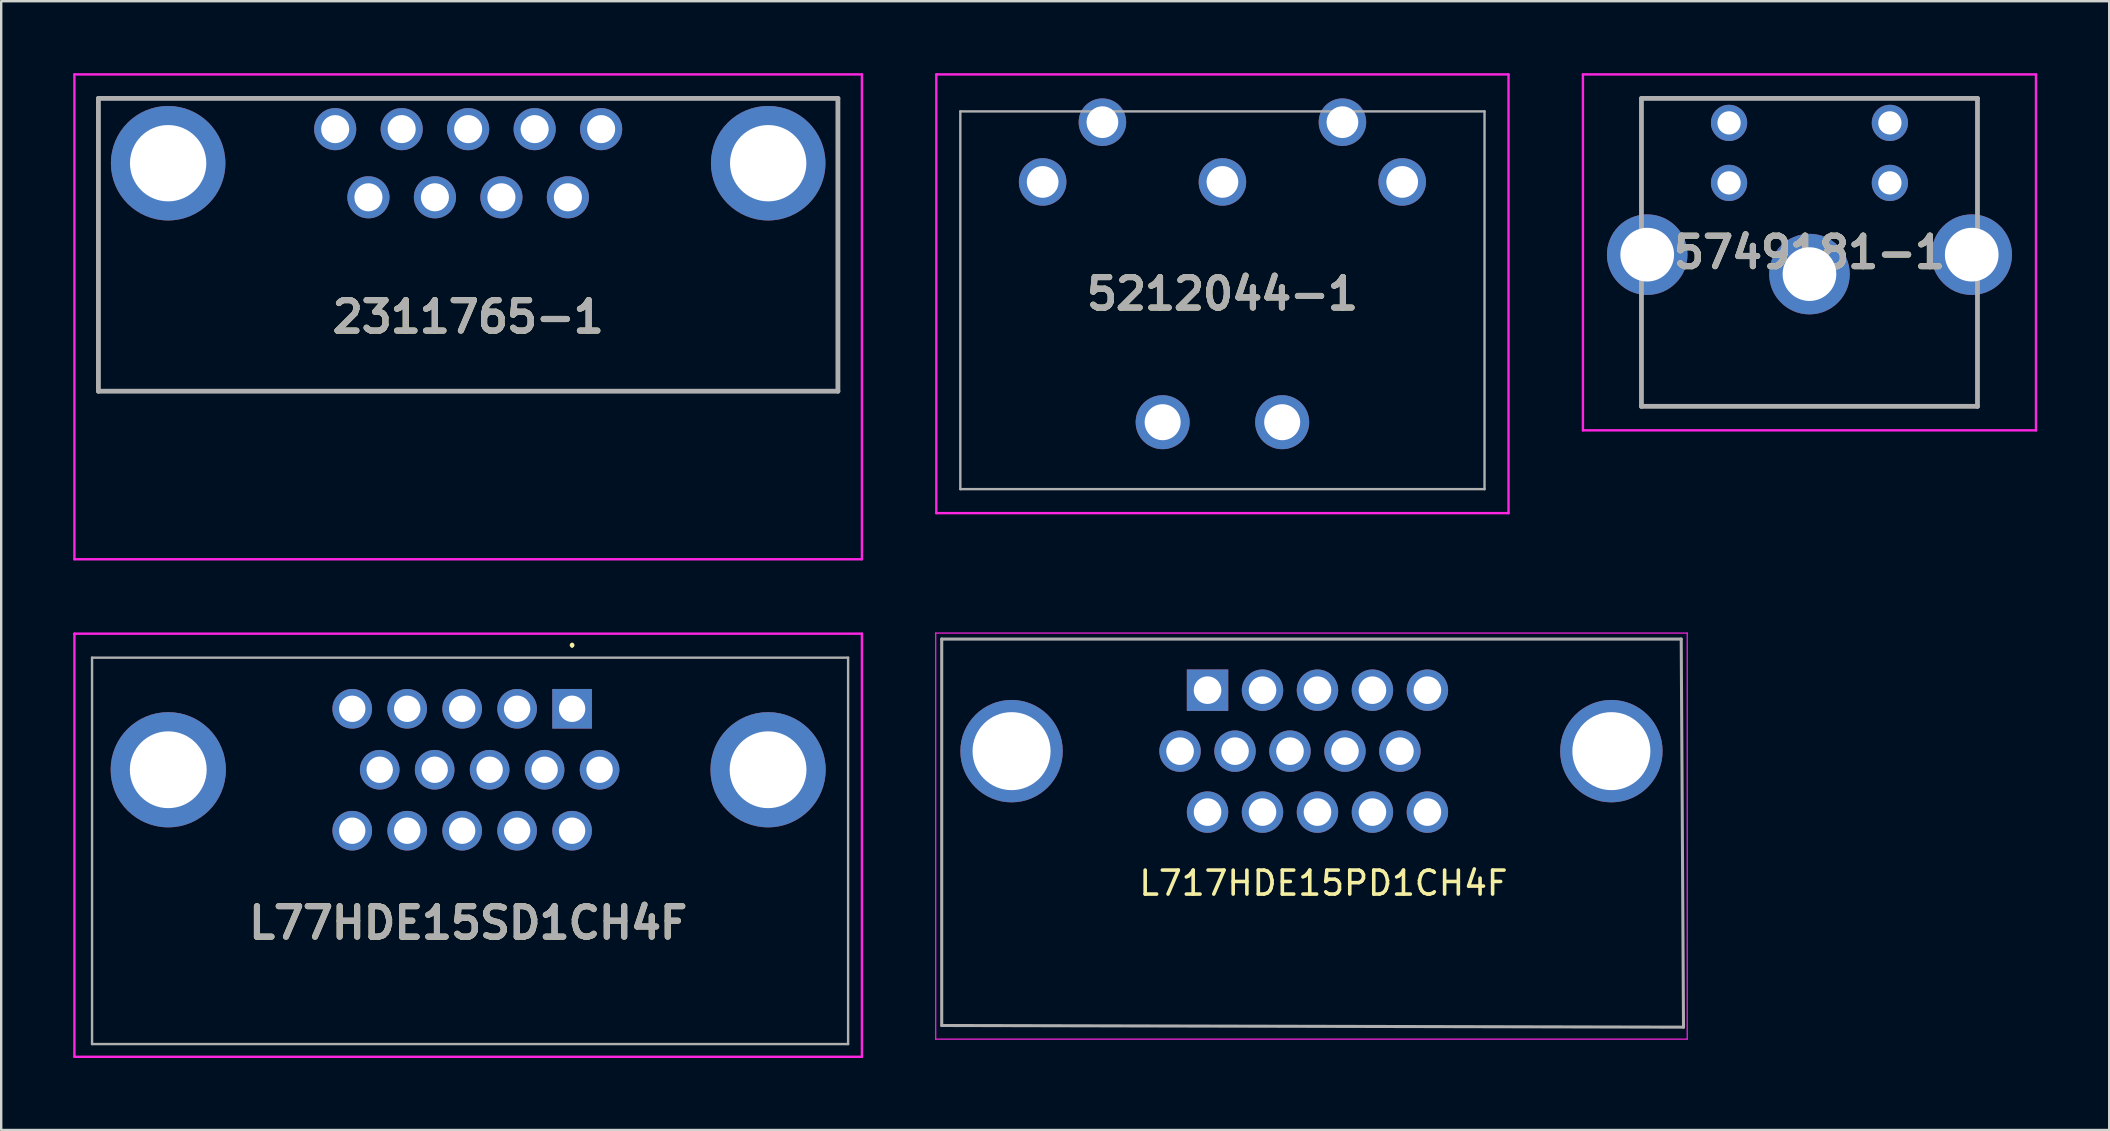
<source format=kicad_pcb>
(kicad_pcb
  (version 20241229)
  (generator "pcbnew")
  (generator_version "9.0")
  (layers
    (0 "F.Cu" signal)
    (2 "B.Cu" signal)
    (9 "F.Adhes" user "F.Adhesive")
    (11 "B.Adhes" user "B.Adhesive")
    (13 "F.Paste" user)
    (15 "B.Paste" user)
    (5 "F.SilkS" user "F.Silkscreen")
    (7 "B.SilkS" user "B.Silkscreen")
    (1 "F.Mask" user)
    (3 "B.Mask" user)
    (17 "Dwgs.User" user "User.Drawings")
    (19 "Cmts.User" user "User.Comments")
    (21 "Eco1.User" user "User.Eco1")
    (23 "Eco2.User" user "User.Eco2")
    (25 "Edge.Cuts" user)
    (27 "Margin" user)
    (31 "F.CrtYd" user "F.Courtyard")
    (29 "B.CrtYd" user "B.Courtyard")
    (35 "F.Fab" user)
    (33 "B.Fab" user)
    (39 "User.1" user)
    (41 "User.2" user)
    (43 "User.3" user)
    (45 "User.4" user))
  (footprint "2311765-1"
    (layer "F.Cu")
    (at 21.995 2.33)
    (property "Reference" "2311765-1" (at -5.54 7.82 0) (layer "F.SilkS") (effects (font (size 1.27 1.27) (thickness 0.254))))
    (attr through_hole)
    (fp_line (start -21.945 -2.28) (end 10.865 -2.28) (stroke (width 0.1) (type solid)) (layer "F.CrtYd"))
    (fp_line (start -21.945 17.92) (end -21.945 -2.28) (stroke (width 0.1) (type solid)) (layer "F.CrtYd"))
    (fp_line (start 10.865 -2.28) (end 10.865 17.92) (stroke (width 0.1) (type solid)) (layer "F.CrtYd"))
    (fp_line (start 10.865 17.92) (end -21.945 17.92) (stroke (width 0.1) (type solid)) (layer "F.CrtYd"))
    (fp_line (start -20.945 -1.28) (end 9.865 -1.28) (stroke (width 0.2) (type solid)) (layer "F.Fab"))
    (fp_line (start -20.945 10.92) (end -20.945 -1.28) (stroke (width 0.2) (type solid)) (layer "F.Fab"))
    (fp_line (start 9.865 -1.28) (end 9.865 10.92) (stroke (width 0.2) (type solid)) (layer "F.Fab"))
    (fp_line (start 9.865 10.92) (end -20.945 10.92) (stroke (width 0.2) (type solid)) (layer "F.Fab"))
    (fp_text user "${REFERENCE}" (at -5.54 7.82 0) (layer "F.Fab") (effects (font (size 1.27 1.27) (thickness 0.254))))
    (pad "1" thru_hole circle (at 0 0) (size 1.755 1.755) (drill 1.17) (layers "*.Cu" "*.Mask"))
    (pad "2" thru_hole circle (at -2.77 0) (size 1.755 1.755) (drill 1.17) (layers "*.Cu" "*.Mask"))
    (pad "3" thru_hole circle (at -5.54 0) (size 1.755 1.755) (drill 1.17) (layers "*.Cu" "*.Mask"))
    (pad "4" thru_hole circle (at -8.31 0) (size 1.755 1.755) (drill 1.17) (layers "*.Cu" "*.Mask"))
    (pad "5" thru_hole circle (at -11.08 0) (size 1.755 1.755) (drill 1.17) (layers "*.Cu" "*.Mask"))
    (pad "6" thru_hole circle (at -1.385 2.84) (size 1.755 1.755) (drill 1.17) (layers "*.Cu" "*.Mask"))
    (pad "7" thru_hole circle (at -4.155 2.84) (size 1.755 1.755) (drill 1.17) (layers "*.Cu" "*.Mask"))
    (pad "8" thru_hole circle (at -6.925 2.84) (size 1.755 1.755) (drill 1.17) (layers "*.Cu" "*.Mask"))
    (pad "9" thru_hole circle (at -9.695 2.84) (size 1.755 1.755) (drill 1.17) (layers "*.Cu" "*.Mask"))
    (pad "MH1" thru_hole circle (at -18.04 1.42) (size 4.77 4.77) (drill 3.18) (layers "*.Cu" "*.Mask"))
    (pad "MH2" thru_hole circle (at 6.96 1.42) (size 4.77 4.77) (drill 3.18) (layers "*.Cu" "*.Mask")))
  (footprint "L77HDE15SD1CH4F"
    (layer "F.Cu")
    (at 20.785 26.48)
    (property "Reference" "L77HDE15SD1CH4F" (at -4.33 8.92 0) (layer "F.SilkS") (effects (font (size 1.27 1.27) (thickness 0.254))))
    (attr through_hole)
    (fp_line (start 0 -2.7) (end 0 -2.7) (stroke (width 0.1) (type solid)) (layer "F.SilkS"))
    (fp_line (start 0 -2.6) (end 0 -2.6) (stroke (width 0.1) (type solid)) (layer "F.SilkS"))
    (fp_arc (start 0 -2.7) (mid 0.05 -2.65) (end 0 -2.6) (stroke (width 0.1) (type solid)) (layer "F.SilkS"))
    (fp_arc (start 0 -2.6) (mid -0.05 -2.65) (end 0 -2.7) (stroke (width 0.1) (type solid)) (layer "F.SilkS"))
    (fp_line (start -20.735 -3.13) (end 12.075 -3.13) (stroke (width 0.1) (type solid)) (layer "F.CrtYd"))
    (fp_line (start -20.735 14.5) (end -20.735 -3.13) (stroke (width 0.1) (type solid)) (layer "F.CrtYd"))
    (fp_line (start 12.075 -3.13) (end 12.075 14.5) (stroke (width 0.1) (type solid)) (layer "F.CrtYd"))
    (fp_line (start 12.075 14.5) (end -20.735 14.5) (stroke (width 0.1) (type solid)) (layer "F.CrtYd"))
    (fp_line (start -20 -2.13) (end 11.5 -2.13) (stroke (width 0.1) (type solid)) (layer "F.Fab"))
    (fp_line (start -20 13.97) (end -20 -2.13) (stroke (width 0.1) (type solid)) (layer "F.Fab"))
    (fp_line (start 11.5 -2.13) (end 11.5 13.97) (stroke (width 0.1) (type solid)) (layer "F.Fab"))
    (fp_line (start 11.5 13.97) (end -20 13.97) (stroke (width 0.1) (type solid)) (layer "F.Fab"))
    (fp_text user "${REFERENCE}" (at -4.33 8.92 0) (layer "F.Fab") (effects (font (size 1.27 1.27) (thickness 0.254))))
    (pad "1" thru_hole rect (at 0 0) (size 1.65 1.65) (drill 1.1) (layers "*.Cu" "*.Mask"))
    (pad "2" thru_hole circle (at -2.29 0) (size 1.65 1.65) (drill 1.1) (layers "*.Cu" "*.Mask"))
    (pad "3" thru_hole circle (at -4.58 0) (size 1.65 1.65) (drill 1.1) (layers "*.Cu" "*.Mask"))
    (pad "4" thru_hole circle (at -6.87 0) (size 1.65 1.65) (drill 1.1) (layers "*.Cu" "*.Mask"))
    (pad "5" thru_hole circle (at -9.16 0) (size 1.65 1.65) (drill 1.1) (layers "*.Cu" "*.Mask"))
    (pad "6" thru_hole circle (at 1.145 2.54) (size 1.65 1.65) (drill 1.1) (layers "*.Cu" "*.Mask"))
    (pad "7" thru_hole circle (at -1.145 2.54) (size 1.65 1.65) (drill 1.1) (layers "*.Cu" "*.Mask"))
    (pad "8" thru_hole circle (at -3.435 2.54) (size 1.65 1.65) (drill 1.1) (layers "*.Cu" "*.Mask"))
    (pad "9" thru_hole circle (at -5.725 2.54) (size 1.65 1.65) (drill 1.1) (layers "*.Cu" "*.Mask"))
    (pad "10" thru_hole circle (at -8.015 2.54) (size 1.65 1.65) (drill 1.1) (layers "*.Cu" "*.Mask"))
    (pad "11" thru_hole circle (at 0 5.08) (size 1.65 1.65) (drill 1.1) (layers "*.Cu" "*.Mask"))
    (pad "12" thru_hole circle (at -2.29 5.08) (size 1.65 1.65) (drill 1.1) (layers "*.Cu" "*.Mask"))
    (pad "13" thru_hole circle (at -4.58 5.08) (size 1.65 1.65) (drill 1.1) (layers "*.Cu" "*.Mask"))
    (pad "14" thru_hole circle (at -6.87 5.08) (size 1.65 1.65) (drill 1.1) (layers "*.Cu" "*.Mask"))
    (pad "15" thru_hole circle (at -9.16 5.08) (size 1.65 1.65) (drill 1.1) (layers "*.Cu" "*.Mask"))
    (pad "16" thru_hole circle (at 8.165 2.54) (size 4.8 4.8) (drill 3.2) (layers "*.Cu" "*.Mask"))
    (pad "17" thru_hole circle (at -16.825 2.54) (size 4.8 4.8) (drill 3.2) (layers "*.Cu" "*.Mask")))
  (footprint "L717HDE15PD1CH4F"
    (layer "F.Cu")
    (at 51.59 28.245)
    (property "Reference" "L717HDE15PD1CH4F" (at 0.5 5.5 0) (layer "F.SilkS") (effects (font (size 1 1) (thickness 0.15))))
    (attr through_hole)
    (fp_line (start -15.655 -4.92) (end -15.655 12) (stroke (width 0.05) (type solid)) (layer "F.CrtYd"))
    (fp_line (start -15.655 12) (end 15.655 12) (stroke (width 0.05) (type solid)) (layer "F.CrtYd"))
    (fp_line (start 15.655 -4.92) (end -15.655 -4.92) (stroke (width 0.05) (type solid)) (layer "F.CrtYd"))
    (fp_line (start 15.655 12) (end 15.655 -4.92) (stroke (width 0.05) (type solid)) (layer "F.CrtYd"))
    (fp_line (start -15.405 -4.67) (end 15.405 -4.67) (stroke (width 0.127) (type solid)) (layer "F.Fab"))
    (fp_line (start -15.405 11.43) (end -15.405 -4.67) (stroke (width 0.127) (type solid)) (layer "F.Fab"))
    (fp_line (start -15.405 11.43) (end 15.5 11.5) (stroke (width 0.127) (type solid)) (layer "F.Fab"))
    (fp_line (start 15.5 11.5) (end 15.405 -4.67) (stroke (width 0.127) (type solid)) (layer "F.Fab"))
    (pad "1" thru_hole rect (at -4.33 -2.54) (size 1.725 1.725) (drill 1.15) (layers "*.Cu" "*.Mask"))
    (pad "2" thru_hole circle (at -2.04 -2.54) (size 1.725 1.725) (drill 1.15) (layers "*.Cu" "*.Mask"))
    (pad "3" thru_hole circle (at 0.25 -2.54) (size 1.725 1.725) (drill 1.15) (layers "*.Cu" "*.Mask"))
    (pad "4" thru_hole circle (at 2.54 -2.54) (size 1.725 1.725) (drill 1.15) (layers "*.Cu" "*.Mask"))
    (pad "5" thru_hole circle (at 4.83 -2.54) (size 1.725 1.725) (drill 1.15) (layers "*.Cu" "*.Mask"))
    (pad "6" thru_hole circle (at -5.475 0) (size 1.725 1.725) (drill 1.15) (layers "*.Cu" "*.Mask"))
    (pad "7" thru_hole circle (at -3.185 0) (size 1.725 1.725) (drill 1.15) (layers "*.Cu" "*.Mask"))
    (pad "8" thru_hole circle (at -0.895 0) (size 1.725 1.725) (drill 1.15) (layers "*.Cu" "*.Mask"))
    (pad "9" thru_hole circle (at 1.395 0) (size 1.725 1.725) (drill 1.15) (layers "*.Cu" "*.Mask"))
    (pad "10" thru_hole circle (at 3.685 0) (size 1.725 1.725) (drill 1.15) (layers "*.Cu" "*.Mask"))
    (pad "11" thru_hole circle (at -4.33 2.54) (size 1.725 1.725) (drill 1.15) (layers "*.Cu" "*.Mask"))
    (pad "12" thru_hole circle (at -2.04 2.54) (size 1.725 1.725) (drill 1.15) (layers "*.Cu" "*.Mask"))
    (pad "13" thru_hole circle (at 0.25 2.54) (size 1.725 1.725) (drill 1.15) (layers "*.Cu" "*.Mask"))
    (pad "14" thru_hole circle (at 2.54 2.54) (size 1.725 1.725) (drill 1.15) (layers "*.Cu" "*.Mask"))
    (pad "15" thru_hole circle (at 4.83 2.54) (size 1.725 1.725) (drill 1.15) (layers "*.Cu" "*.Mask"))
    (pad "SH1" thru_hole circle (at -12.495 0) (size 4.266 4.266) (drill 3.25) (layers "*.Cu" "*.Mask"))
    (pad "SH2" thru_hole circle (at 12.495 0) (size 4.266 4.266) (drill 3.25) (layers "*.Cu" "*.Mask")))
  (footprint "5212044-1"
    (layer "F.Cu")
    (at 55.37 4.53)
    (property "Reference" "5212044-1" (at -7.49 4.66 0) (layer "F.SilkS") (effects (font (size 1.27 1.27) (thickness 0.254))))
    (attr through_hole)
    (fp_line (start -19.41 -4.48) (end 4.43 -4.48) (stroke (width 0.1) (type solid)) (layer "F.CrtYd"))
    (fp_line (start -19.41 13.8) (end -19.41 -4.48) (stroke (width 0.1) (type solid)) (layer "F.CrtYd"))
    (fp_line (start 4.43 -4.48) (end 4.43 13.8) (stroke (width 0.1) (type solid)) (layer "F.CrtYd"))
    (fp_line (start 4.43 13.8) (end -19.41 13.8) (stroke (width 0.1) (type solid)) (layer "F.CrtYd"))
    (fp_line (start -18.41 -2.94) (end 3.43 -2.94) (stroke (width 0.1) (type solid)) (layer "F.Fab"))
    (fp_line (start -18.41 12.8) (end -18.41 -2.94) (stroke (width 0.1) (type solid)) (layer "F.Fab"))
    (fp_line (start 3.43 -2.94) (end 3.43 12.8) (stroke (width 0.1) (type solid)) (layer "F.Fab"))
    (fp_line (start 3.43 12.8) (end -18.41 12.8) (stroke (width 0.1) (type solid)) (layer "F.Fab"))
    (fp_text user "${REFERENCE}" (at -7.49 4.66 0) (layer "F.Fab") (effects (font (size 1.27 1.27) (thickness 0.254))))
    (pad "1" thru_hole circle (at 0 0) (size 1.98 1.98) (drill 1.32) (layers "*.Cu" "*.Mask"))
    (pad "2" thru_hole circle (at -7.49 0) (size 1.98 1.98) (drill 1.32) (layers "*.Cu" "*.Mask"))
    (pad "3" thru_hole circle (at -14.98 0) (size 1.98 1.98) (drill 1.32) (layers "*.Cu" "*.Mask"))
    (pad "4" thru_hole circle (at -2.49 -2.49) (size 1.98 1.98) (drill 1.32) (layers "*.Cu" "*.Mask"))
    (pad "5" thru_hole circle (at -12.49 -2.49) (size 1.98 1.98) (drill 1.32) (layers "*.Cu" "*.Mask"))
    (pad "G1" thru_hole circle (at -5 10.01) (size 2.25 2.25) (drill 1.5) (layers "*.Cu" "*.Mask"))
    (pad "G2" thru_hole circle (at -9.98 10.01) (size 2.25 2.25) (drill 1.5) (layers "*.Cu" "*.Mask")))
  (footprint "5749181-1"
    (layer "F.Cu")
    (at 75.688 4.57)
    (property "Reference" "5749181-1" (at -3.35 2.895 0) (layer "F.SilkS") (effects (font (size 1.27 1.27) (thickness 0.254))))
    (attr through_hole)
    (fp_line (start -12.788 -4.52) (end -12.788 10.31) (stroke (width 0.1) (type solid)) (layer "F.CrtYd"))
    (fp_line (start -12.788 10.31) (end 6.088 10.31) (stroke (width 0.1) (type solid)) (layer "F.CrtYd"))
    (fp_line (start 6.088 -4.52) (end -12.788 -4.52) (stroke (width 0.1) (type solid)) (layer "F.CrtYd"))
    (fp_line (start 6.088 10.31) (end 6.088 -4.52) (stroke (width 0.1) (type solid)) (layer "F.CrtYd"))
    (fp_line (start -10.35 -3.52) (end -10.35 9.31) (stroke (width 0.2) (type solid)) (layer "F.Fab"))
    (fp_line (start -10.35 9.31) (end 3.65 9.31) (stroke (width 0.2) (type solid)) (layer "F.Fab"))
    (fp_line (start 3.65 -3.52) (end -10.35 -3.52) (stroke (width 0.2) (type solid)) (layer "F.Fab"))
    (fp_line (start 3.65 9.31) (end 3.65 -3.52) (stroke (width 0.2) (type solid)) (layer "F.Fab"))
    (fp_text user "${REFERENCE}" (at -3.35 2.895 0) (layer "F.Fab") (effects (font (size 1.27 1.27) (thickness 0.254))))
    (pad "1" thru_hole circle (at 0 0) (size 1.509 1.509) (drill 0.97) (layers "*.Cu" "*.Mask"))
    (pad "2" thru_hole circle (at -6.7 0) (size 1.509 1.509) (drill 0.97) (layers "*.Cu" "*.Mask"))
    (pad "3" thru_hole circle (at 0 -2.5) (size 1.509 1.509) (drill 0.97) (layers "*.Cu" "*.Mask"))
    (pad "4" thru_hole circle (at -6.7 -2.5) (size 1.509 1.509) (drill 0.97) (layers "*.Cu" "*.Mask"))
    (pad "MH1" thru_hole circle (at -3.35 3.8) (size 3.356 3.356) (drill 2.237) (layers "*.Cu" "*.Mask"))
    (pad "MH2" thru_hole circle (at -10.11 2.99) (size 3.356 3.356) (drill 2.237) (layers "*.Cu" "*.Mask"))
    (pad "MH3" thru_hole circle (at 3.41 2.99) (size 3.356 3.356) (drill 2.237) (layers "*.Cu" "*.Mask")))
  (gr_rect
    (start -3 -3)
    (end 84.826 44.03)
    (stroke (width 0.1) (type default))
    (fill no)
    (layer "Edge.Cuts")))
</source>
